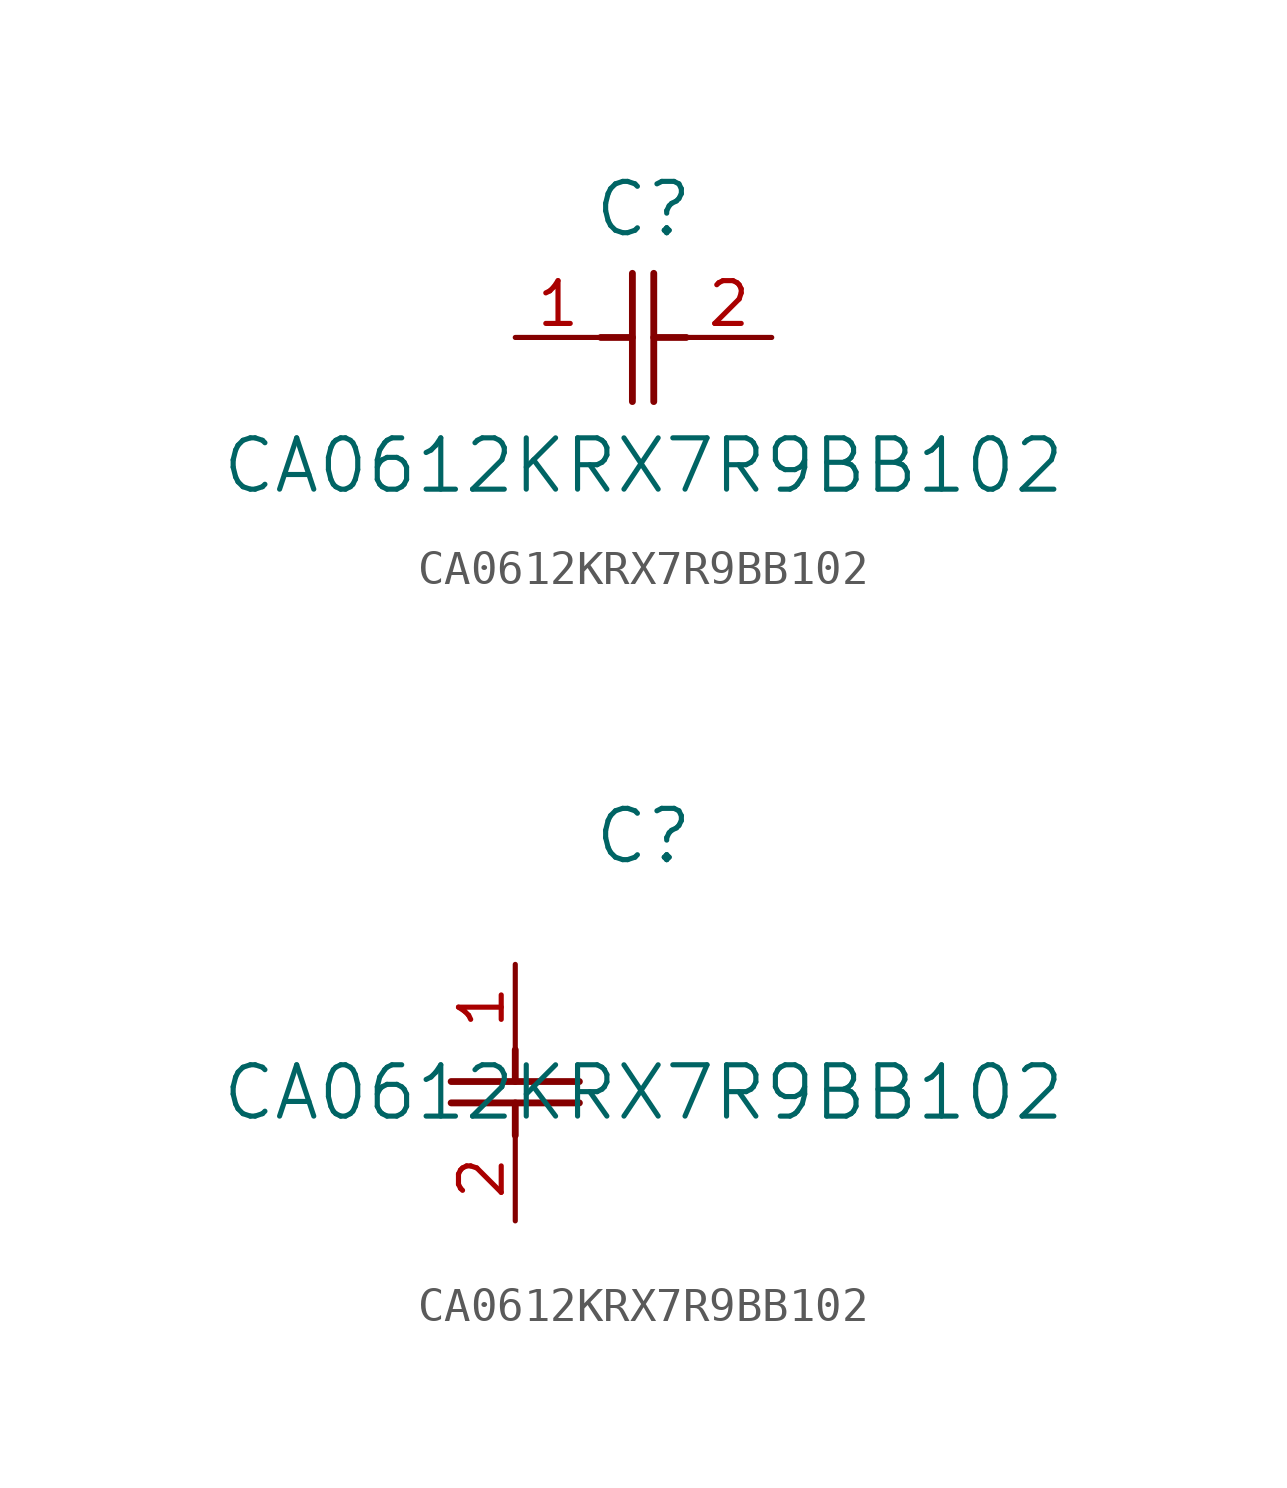
<source format=kicad_sym>
(kicad_symbol_lib
  (version 20211014)
  (generator kicad_symbol_editor)
  (symbol "CA0612KRX7R9BB102"
    (pin_names
      (offset 0.254))
    (property "Reference" "C"
      (at 3.81 3.81 0)
      (effects (font (size 1.524 1.524))))
    (property "Value" "CA0612KRX7R9BB102"
      (at 3.81 -3.81 0)
      (effects (font (size 1.524 1.524))))
    (symbol "CA0612KRX7R9BB102_1_1"
      (polyline (pts (xy 3.48 -1.905) (xy 3.48 1.905)) (stroke (width 0.203) (type default) (color 0 0 0 0)) (fill (type none)))
      (polyline (pts (xy 4.115 -1.905) (xy 4.115 1.905)) (stroke (width 0.203) (type default) (color 0 0 0 0)) (fill (type none)))
      (polyline (pts (xy 4.115 0) (xy 5.08 0)) (stroke (width 0.203) (type default) (color 0 0 0 0)) (fill (type none)))
      (polyline (pts (xy 2.54 0) (xy 3.48 0)) (stroke (width 0.203) (type default) (color 0 0 0 0)) (fill (type none)))
      (pin unspecified line (at 0 0 0) (length 2.54) (name "" (effects (font (size 1.27 1.27)))) (number "1" (effects (font (size 1.27 1.27)))))
      (pin unspecified line (at 7.62 0 180) (length 2.54) (name "" (effects (font (size 1.27 1.27)))) (number "2" (effects (font (size 1.27 1.27))))))
    (symbol "CA0612KRX7R9BB102_1_2"
      (polyline (pts (xy -1.905 -3.48) (xy 1.905 -3.48)) (stroke (width 0.203) (type default) (color 0 0 0 0)) (fill (type none)))
      (polyline (pts (xy -1.905 -4.115) (xy 1.905 -4.115)) (stroke (width 0.203) (type default) (color 0 0 0 0)) (fill (type none)))
      (polyline (pts (xy 0 -4.115) (xy 0 -5.08)) (stroke (width 0.203) (type default) (color 0 0 0 0)) (fill (type none)))
      (polyline (pts (xy 0 -2.54) (xy 0 -3.48)) (stroke (width 0.203) (type default) (color 0 0 0 0)) (fill (type none)))
      (pin unspecified line (at 0 0 270) (length 2.54) (name "" (effects (font (size 1.27 1.27)))) (number "1" (effects (font (size 1.27 1.27)))))
      (pin unspecified line (at 0 -7.62 90) (length 2.54) (name "" (effects (font (size 1.27 1.27)))) (number "2" (effects (font (size 1.27 1.27))))))))
</source>
